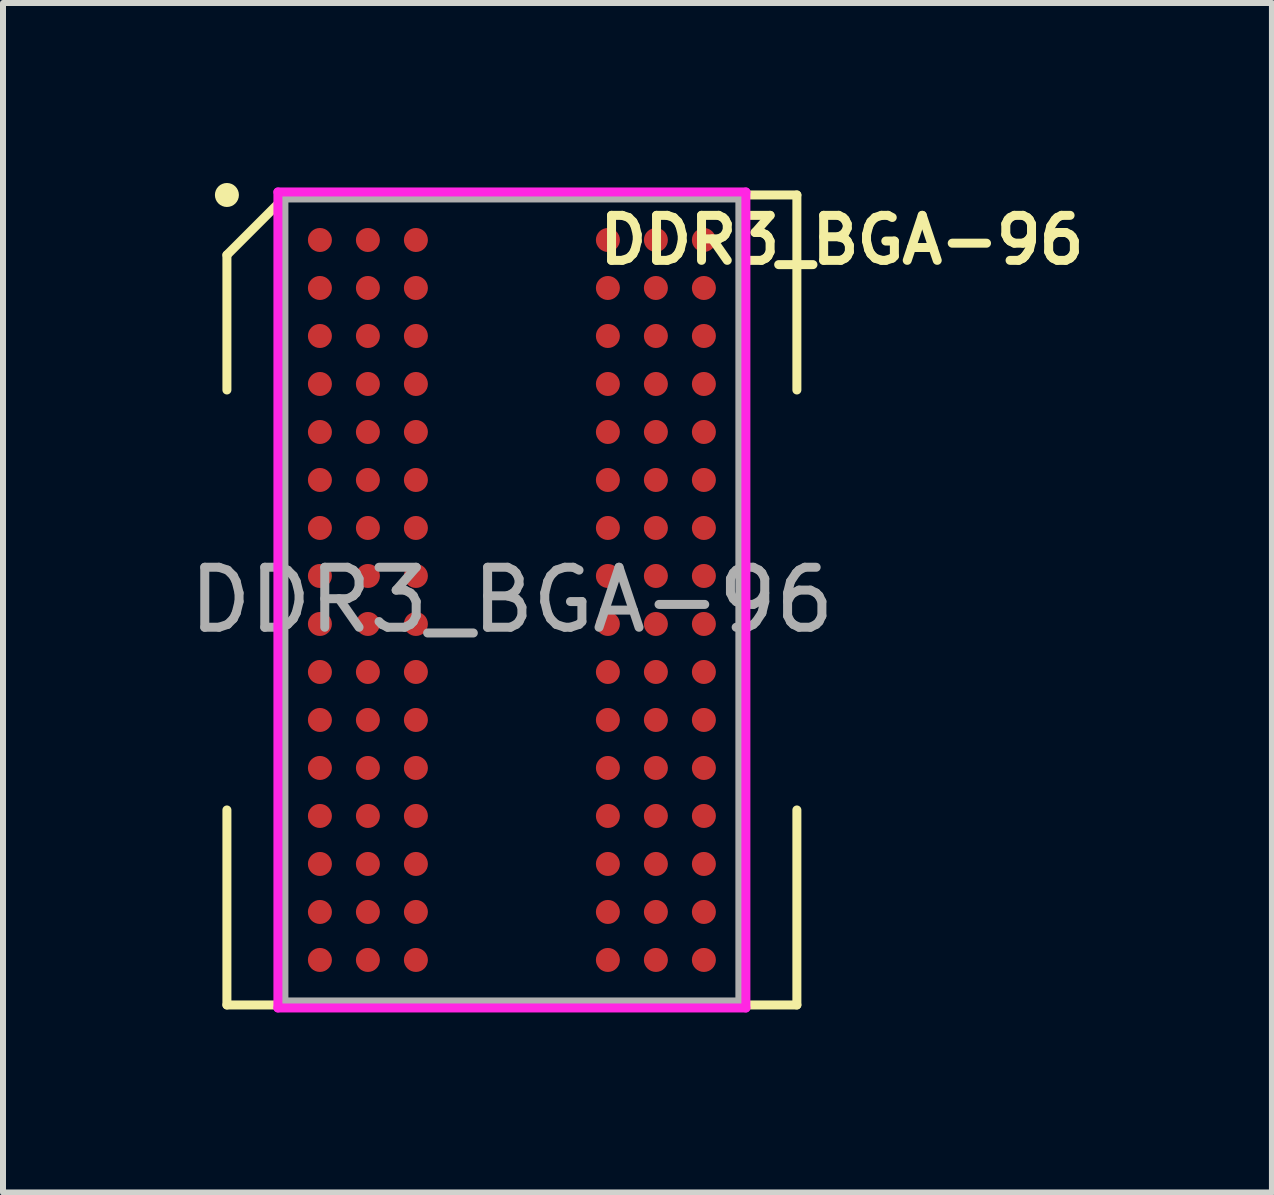
<source format=kicad_pcb>
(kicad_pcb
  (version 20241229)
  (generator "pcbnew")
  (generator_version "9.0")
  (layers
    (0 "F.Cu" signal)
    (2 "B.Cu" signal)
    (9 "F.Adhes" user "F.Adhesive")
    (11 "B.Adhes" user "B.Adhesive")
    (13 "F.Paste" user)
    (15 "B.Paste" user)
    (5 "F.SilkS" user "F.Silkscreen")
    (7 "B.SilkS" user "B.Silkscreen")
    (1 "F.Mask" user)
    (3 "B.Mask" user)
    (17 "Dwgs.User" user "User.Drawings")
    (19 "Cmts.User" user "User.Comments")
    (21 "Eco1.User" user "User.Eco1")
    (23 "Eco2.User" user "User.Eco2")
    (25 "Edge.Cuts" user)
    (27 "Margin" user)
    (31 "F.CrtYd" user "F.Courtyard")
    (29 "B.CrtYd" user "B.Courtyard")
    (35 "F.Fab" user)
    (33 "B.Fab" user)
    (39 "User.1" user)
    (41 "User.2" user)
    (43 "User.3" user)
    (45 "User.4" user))
  (footprint "DDR3_BGA-96"
    (layer "F.Cu")
    (at 5.482 6.95)
    (property "Reference" "DDR3_BGA-96" (at 5.5 -6 0) (layer "F.SilkS") (effects (font (size 0.75 0.75) (thickness 0.15))))
    (attr through_hole)
    (fp_line (start -4.75 -5.75) (end -4.75 -3.5) (stroke (width 0.15) (type solid)) (layer "F.SilkS"))
    (fp_line (start -4.75 6.75) (end -4.75 3.5) (stroke (width 0.15) (type solid)) (layer "F.SilkS"))
    (fp_line (start -4.75 6.75) (end -2.5 6.75) (stroke (width 0.15) (type solid)) (layer "F.SilkS"))
    (fp_line (start -3.75 -6.75) (end -4.75 -5.75) (stroke (width 0.15) (type solid)) (layer "F.SilkS"))
    (fp_line (start -3.75 -6.75) (end -2.5 -6.75) (stroke (width 0.15) (type solid)) (layer "F.SilkS"))
    (fp_line (start 4.75 -6.75) (end 2.5 -6.75) (stroke (width 0.15) (type solid)) (layer "F.SilkS"))
    (fp_line (start 4.75 -6.75) (end 4.75 -3.5) (stroke (width 0.15) (type solid)) (layer "F.SilkS"))
    (fp_line (start 4.75 6.75) (end 2.5 6.75) (stroke (width 0.15) (type solid)) (layer "F.SilkS"))
    (fp_line (start 4.75 6.75) (end 4.75 3.5) (stroke (width 0.15) (type solid)) (layer "F.SilkS"))
    (fp_circle (center -4.75 -6.75) (end -4.65 -6.75) (stroke (width 0.2) (type solid)) (fill no) (layer "F.SilkS"))
    (fp_line (start -3.9 -6.8) (end 3.9 -6.8) (stroke (width 0.15) (type solid)) (layer "F.CrtYd"))
    (fp_line (start -3.9 6.8) (end -3.9 -6.8) (stroke (width 0.15) (type solid)) (layer "F.CrtYd"))
    (fp_line (start 3.9 -6.8) (end 3.9 6.8) (stroke (width 0.15) (type solid)) (layer "F.CrtYd"))
    (fp_line (start 3.9 6.8) (end -3.9 6.8) (stroke (width 0.15) (type solid)) (layer "F.CrtYd"))
    (fp_line (start -3.8 -6.7) (end 3.8 -6.7) (stroke (width 0.15) (type solid)) (layer "F.Fab"))
    (fp_line (start -3.8 6.7) (end -3.8 -6.7) (stroke (width 0.15) (type solid)) (layer "F.Fab"))
    (fp_line (start 3.8 -6.7) (end 3.8 6.7) (stroke (width 0.15) (type solid)) (layer "F.Fab"))
    (fp_line (start 3.8 6.7) (end -3.8 6.7) (stroke (width 0.15) (type solid)) (layer "F.Fab"))
    (fp_text user "${REFERENCE}" (at 0 0 0) (layer "F.Fab") (effects (font (size 1 1) (thickness 0.15))))
    (pad "A1" smd circle (at -3.2 -6) (size 0.4 0.4) (layers "F.Cu" "F.Mask" "F.Paste"))
    (pad "A2" smd circle (at -2.4 -6) (size 0.4 0.4) (layers "F.Cu" "F.Mask" "F.Paste"))
    (pad "A3" smd circle (at -1.6 -6) (size 0.4 0.4) (layers "F.Cu" "F.Mask" "F.Paste"))
    (pad "A7" smd circle (at 1.6 -6) (size 0.4 0.4) (layers "F.Cu" "F.Mask" "F.Paste"))
    (pad "A8" smd circle (at 2.4 -6) (size 0.4 0.4) (layers "F.Cu" "F.Mask" "F.Paste"))
    (pad "A9" smd circle (at 3.2 -6) (size 0.4 0.4) (layers "F.Cu" "F.Mask" "F.Paste"))
    (pad "B1" smd circle (at -3.2 -5.2) (size 0.4 0.4) (layers "F.Cu" "F.Mask" "F.Paste"))
    (pad "B2" smd circle (at -2.4 -5.2) (size 0.4 0.4) (layers "F.Cu" "F.Mask" "F.Paste"))
    (pad "B3" smd circle (at -1.6 -5.2) (size 0.4 0.4) (layers "F.Cu" "F.Mask" "F.Paste"))
    (pad "B7" smd circle (at 1.6 -5.2) (size 0.4 0.4) (layers "F.Cu" "F.Mask" "F.Paste"))
    (pad "B8" smd circle (at 2.4 -5.2) (size 0.4 0.4) (layers "F.Cu" "F.Mask" "F.Paste"))
    (pad "B9" smd circle (at 3.2 -5.2) (size 0.4 0.4) (layers "F.Cu" "F.Mask" "F.Paste"))
    (pad "C1" smd circle (at -3.2 -4.4) (size 0.4 0.4) (layers "F.Cu" "F.Mask" "F.Paste"))
    (pad "C2" smd circle (at -2.4 -4.4) (size 0.4 0.4) (layers "F.Cu" "F.Mask" "F.Paste"))
    (pad "C3" smd circle (at -1.6 -4.4) (size 0.4 0.4) (layers "F.Cu" "F.Mask" "F.Paste"))
    (pad "C7" smd circle (at 1.6 -4.4) (size 0.4 0.4) (layers "F.Cu" "F.Mask" "F.Paste"))
    (pad "C8" smd circle (at 2.4 -4.4) (size 0.4 0.4) (layers "F.Cu" "F.Mask" "F.Paste"))
    (pad "C9" smd circle (at 3.2 -4.4) (size 0.4 0.4) (layers "F.Cu" "F.Mask" "F.Paste"))
    (pad "D1" smd circle (at -3.2 -3.6) (size 0.4 0.4) (layers "F.Cu" "F.Mask" "F.Paste"))
    (pad "D2" smd circle (at -2.4 -3.6) (size 0.4 0.4) (layers "F.Cu" "F.Mask" "F.Paste"))
    (pad "D3" smd circle (at -1.6 -3.6) (size 0.4 0.4) (layers "F.Cu" "F.Mask" "F.Paste"))
    (pad "D7" smd circle (at 1.6 -3.6) (size 0.4 0.4) (layers "F.Cu" "F.Mask" "F.Paste"))
    (pad "D8" smd circle (at 2.4 -3.6) (size 0.4 0.4) (layers "F.Cu" "F.Mask" "F.Paste"))
    (pad "D9" smd circle (at 3.2 -3.6) (size 0.4 0.4) (layers "F.Cu" "F.Mask" "F.Paste"))
    (pad "E1" smd circle (at -3.2 -2.8) (size 0.4 0.4) (layers "F.Cu" "F.Mask" "F.Paste"))
    (pad "E2" smd circle (at -2.4 -2.8) (size 0.4 0.4) (layers "F.Cu" "F.Mask" "F.Paste"))
    (pad "E3" smd circle (at -1.6 -2.8) (size 0.4 0.4) (layers "F.Cu" "F.Mask" "F.Paste"))
    (pad "E7" smd circle (at 1.6 -2.8) (size 0.4 0.4) (layers "F.Cu" "F.Mask" "F.Paste"))
    (pad "E8" smd circle (at 2.4 -2.8) (size 0.4 0.4) (layers "F.Cu" "F.Mask" "F.Paste"))
    (pad "E9" smd circle (at 3.2 -2.8) (size 0.4 0.4) (layers "F.Cu" "F.Mask" "F.Paste"))
    (pad "F1" smd circle (at -3.2 -2) (size 0.4 0.4) (layers "F.Cu" "F.Mask" "F.Paste"))
    (pad "F2" smd circle (at -2.4 -2) (size 0.4 0.4) (layers "F.Cu" "F.Mask" "F.Paste"))
    (pad "F3" smd circle (at -1.6 -2) (size 0.4 0.4) (layers "F.Cu" "F.Mask" "F.Paste"))
    (pad "F7" smd circle (at 1.6 -2) (size 0.4 0.4) (layers "F.Cu" "F.Mask" "F.Paste"))
    (pad "F8" smd circle (at 2.4 -2) (size 0.4 0.4) (layers "F.Cu" "F.Mask" "F.Paste"))
    (pad "F9" smd circle (at 3.2 -2) (size 0.4 0.4) (layers "F.Cu" "F.Mask" "F.Paste"))
    (pad "G1" smd circle (at -3.2 -1.2) (size 0.4 0.4) (layers "F.Cu" "F.Mask" "F.Paste"))
    (pad "G2" smd circle (at -2.4 -1.2) (size 0.4 0.4) (layers "F.Cu" "F.Mask" "F.Paste"))
    (pad "G3" smd circle (at -1.6 -1.2) (size 0.4 0.4) (layers "F.Cu" "F.Mask" "F.Paste"))
    (pad "G7" smd circle (at 1.6 -1.2) (size 0.4 0.4) (layers "F.Cu" "F.Mask" "F.Paste"))
    (pad "G8" smd circle (at 2.4 -1.2) (size 0.4 0.4) (layers "F.Cu" "F.Mask" "F.Paste"))
    (pad "G9" smd circle (at 3.2 -1.2) (size 0.4 0.4) (layers "F.Cu" "F.Mask" "F.Paste"))
    (pad "H1" smd circle (at -3.2 -0.4) (size 0.4 0.4) (layers "F.Cu" "F.Mask" "F.Paste"))
    (pad "H2" smd circle (at -2.4 -0.4) (size 0.4 0.4) (layers "F.Cu" "F.Mask" "F.Paste"))
    (pad "H3" smd circle (at -1.6 -0.4) (size 0.4 0.4) (layers "F.Cu" "F.Mask" "F.Paste"))
    (pad "H7" smd circle (at 1.6 -0.4) (size 0.4 0.4) (layers "F.Cu" "F.Mask" "F.Paste"))
    (pad "H8" smd circle (at 2.4 -0.4) (size 0.4 0.4) (layers "F.Cu" "F.Mask" "F.Paste"))
    (pad "H9" smd circle (at 3.2 -0.4) (size 0.4 0.4) (layers "F.Cu" "F.Mask" "F.Paste"))
    (pad "J1" smd circle (at -3.2 0.4) (size 0.4 0.4) (layers "F.Cu" "F.Mask" "F.Paste"))
    (pad "J2" smd circle (at -2.4 0.4) (size 0.4 0.4) (layers "F.Cu" "F.Mask" "F.Paste"))
    (pad "J3" smd circle (at -1.6 0.4) (size 0.4 0.4) (layers "F.Cu" "F.Mask" "F.Paste"))
    (pad "J7" smd circle (at 1.6 0.4) (size 0.4 0.4) (layers "F.Cu" "F.Mask" "F.Paste"))
    (pad "J8" smd circle (at 2.4 0.4) (size 0.4 0.4) (layers "F.Cu" "F.Mask" "F.Paste"))
    (pad "J9" smd circle (at 3.2 0.4) (size 0.4 0.4) (layers "F.Cu" "F.Mask" "F.Paste"))
    (pad "K1" smd circle (at -3.2 1.2) (size 0.4 0.4) (layers "F.Cu" "F.Mask" "F.Paste"))
    (pad "K2" smd circle (at -2.4 1.2) (size 0.4 0.4) (layers "F.Cu" "F.Mask" "F.Paste"))
    (pad "K3" smd circle (at -1.6 1.2) (size 0.4 0.4) (layers "F.Cu" "F.Mask" "F.Paste"))
    (pad "K7" smd circle (at 1.6 1.2) (size 0.4 0.4) (layers "F.Cu" "F.Mask" "F.Paste"))
    (pad "K8" smd circle (at 2.4 1.2) (size 0.4 0.4) (layers "F.Cu" "F.Mask" "F.Paste"))
    (pad "K9" smd circle (at 3.2 1.2) (size 0.4 0.4) (layers "F.Cu" "F.Mask" "F.Paste"))
    (pad "L1" smd circle (at -3.2 2) (size 0.4 0.4) (layers "F.Cu" "F.Mask" "F.Paste"))
    (pad "L2" smd circle (at -2.4 2) (size 0.4 0.4) (layers "F.Cu" "F.Mask" "F.Paste"))
    (pad "L3" smd circle (at -1.6 2) (size 0.4 0.4) (layers "F.Cu" "F.Mask" "F.Paste"))
    (pad "L7" smd circle (at 1.6 2) (size 0.4 0.4) (layers "F.Cu" "F.Mask" "F.Paste"))
    (pad "L8" smd circle (at 2.4 2) (size 0.4 0.4) (layers "F.Cu" "F.Mask" "F.Paste"))
    (pad "L9" smd circle (at 3.2 2) (size 0.4 0.4) (layers "F.Cu" "F.Mask" "F.Paste"))
    (pad "M1" smd circle (at -3.2 2.8) (size 0.4 0.4) (layers "F.Cu" "F.Mask" "F.Paste"))
    (pad "M2" smd circle (at -2.4 2.8) (size 0.4 0.4) (layers "F.Cu" "F.Mask" "F.Paste"))
    (pad "M3" smd circle (at -1.6 2.8) (size 0.4 0.4) (layers "F.Cu" "F.Mask" "F.Paste"))
    (pad "M7" smd circle (at 1.6 2.8) (size 0.4 0.4) (layers "F.Cu" "F.Mask" "F.Paste"))
    (pad "M8" smd circle (at 2.4 2.8) (size 0.4 0.4) (layers "F.Cu" "F.Mask" "F.Paste"))
    (pad "M9" smd circle (at 3.2 2.8) (size 0.4 0.4) (layers "F.Cu" "F.Mask" "F.Paste"))
    (pad "N1" smd circle (at -3.2 3.6) (size 0.4 0.4) (layers "F.Cu" "F.Mask" "F.Paste"))
    (pad "N2" smd circle (at -2.4 3.6) (size 0.4 0.4) (layers "F.Cu" "F.Mask" "F.Paste"))
    (pad "N3" smd circle (at -1.6 3.6) (size 0.4 0.4) (layers "F.Cu" "F.Mask" "F.Paste"))
    (pad "N7" smd circle (at 1.6 3.6) (size 0.4 0.4) (layers "F.Cu" "F.Mask" "F.Paste"))
    (pad "N8" smd circle (at 2.4 3.6) (size 0.4 0.4) (layers "F.Cu" "F.Mask" "F.Paste"))
    (pad "N9" smd circle (at 3.2 3.6) (size 0.4 0.4) (layers "F.Cu" "F.Mask" "F.Paste"))
    (pad "P1" smd circle (at -3.2 4.4) (size 0.4 0.4) (layers "F.Cu" "F.Mask" "F.Paste"))
    (pad "P2" smd circle (at -2.4 4.4) (size 0.4 0.4) (layers "F.Cu" "F.Mask" "F.Paste"))
    (pad "P3" smd circle (at -1.6 4.4) (size 0.4 0.4) (layers "F.Cu" "F.Mask" "F.Paste"))
    (pad "P7" smd circle (at 1.6 4.4) (size 0.4 0.4) (layers "F.Cu" "F.Mask" "F.Paste"))
    (pad "P8" smd circle (at 2.4 4.4) (size 0.4 0.4) (layers "F.Cu" "F.Mask" "F.Paste"))
    (pad "P9" smd circle (at 3.2 4.4) (size 0.4 0.4) (layers "F.Cu" "F.Mask" "F.Paste"))
    (pad "R1" smd circle (at -3.2 5.2) (size 0.4 0.4) (layers "F.Cu" "F.Mask" "F.Paste"))
    (pad "R2" smd circle (at -2.4 5.2) (size 0.4 0.4) (layers "F.Cu" "F.Mask" "F.Paste"))
    (pad "R3" smd circle (at -1.6 5.2) (size 0.4 0.4) (layers "F.Cu" "F.Mask" "F.Paste"))
    (pad "R7" smd circle (at 1.6 5.2) (size 0.4 0.4) (layers "F.Cu" "F.Mask" "F.Paste"))
    (pad "R8" smd circle (at 2.4 5.2) (size 0.4 0.4) (layers "F.Cu" "F.Mask" "F.Paste"))
    (pad "R9" smd circle (at 3.2 5.2) (size 0.4 0.4) (layers "F.Cu" "F.Mask" "F.Paste"))
    (pad "T1" smd circle (at -3.2 6) (size 0.4 0.4) (layers "F.Cu" "F.Mask" "F.Paste"))
    (pad "T2" smd circle (at -2.4 6) (size 0.4 0.4) (layers "F.Cu" "F.Mask" "F.Paste"))
    (pad "T3" smd circle (at -1.6 6) (size 0.4 0.4) (layers "F.Cu" "F.Mask" "F.Paste"))
    (pad "T7" smd circle (at 1.6 6) (size 0.4 0.4) (layers "F.Cu" "F.Mask" "F.Paste"))
    (pad "T8" smd circle (at 2.4 6) (size 0.4 0.4) (layers "F.Cu" "F.Mask" "F.Paste"))
    (pad "T9" smd circle (at 3.2 6) (size 0.4 0.4) (layers "F.Cu" "F.Mask" "F.Paste")))
  (gr_rect
    (start -3 -3)
    (end 18.15 16.825)
    (stroke (width 0.1) (type default))
    (fill no)
    (layer "Edge.Cuts")))
</source>
